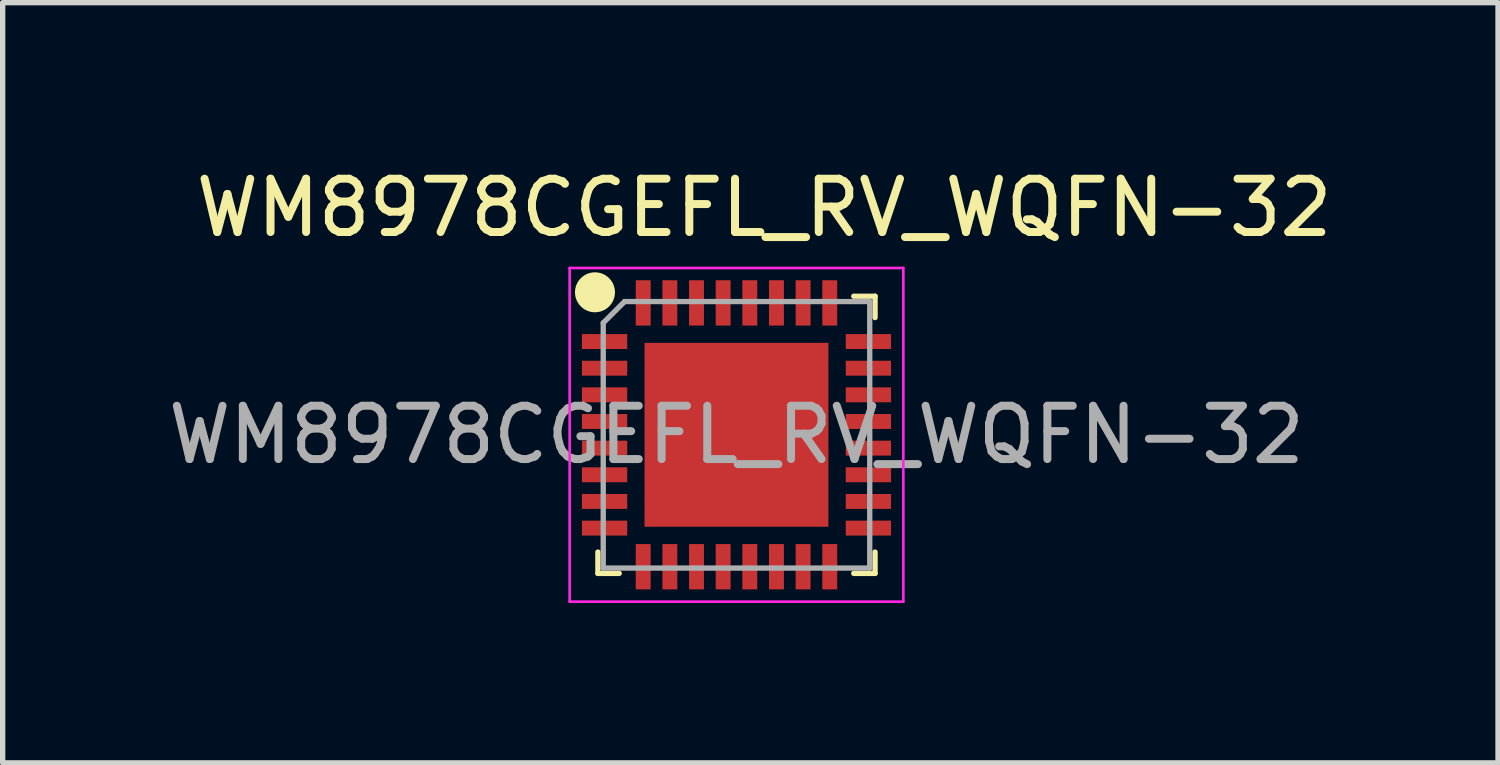
<source format=kicad_pcb>
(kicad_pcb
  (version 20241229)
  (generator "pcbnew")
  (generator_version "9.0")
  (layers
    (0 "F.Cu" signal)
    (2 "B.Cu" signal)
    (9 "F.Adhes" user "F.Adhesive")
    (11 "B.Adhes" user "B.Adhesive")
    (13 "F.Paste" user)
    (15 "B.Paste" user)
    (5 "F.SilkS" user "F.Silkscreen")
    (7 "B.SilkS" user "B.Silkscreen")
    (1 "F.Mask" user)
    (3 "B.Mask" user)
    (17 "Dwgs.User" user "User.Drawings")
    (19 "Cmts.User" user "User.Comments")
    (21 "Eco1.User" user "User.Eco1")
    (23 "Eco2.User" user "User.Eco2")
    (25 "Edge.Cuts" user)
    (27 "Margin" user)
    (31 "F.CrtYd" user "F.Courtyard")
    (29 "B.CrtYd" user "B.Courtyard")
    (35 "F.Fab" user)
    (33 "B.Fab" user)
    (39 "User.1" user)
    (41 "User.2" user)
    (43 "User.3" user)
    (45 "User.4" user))
  (footprint "WM8978CGEFL_RV_WQFN-32"
    (layer "F.Cu")
    (at 11.288 5.558)
    (property "Reference" "WM8978CGEFL_RV_WQFN-32" (at 0 -4.71 0) (layer "F.SilkS") (effects (font (size 1 1) (thickness 0.15))))
    (attr smd)
    (fp_line (start -3.12 2.15) (end -3.12 1.75) (stroke (width 0.1) (type solid)) (layer "F.SilkS"))
    (fp_line (start -2.72 2.15) (end -3.12 2.15) (stroke (width 0.1) (type solid)) (layer "F.SilkS"))
    (fp_line (start 2.08 -3.05) (end 1.68 -3.05) (stroke (width 0.1) (type solid)) (layer "F.SilkS"))
    (fp_line (start 2.08 -3.05) (end 2.08 -2.65) (stroke (width 0.1) (type solid)) (layer "F.SilkS"))
    (fp_line (start 2.08 1.75) (end 2.08 2.15) (stroke (width 0.1) (type solid)) (layer "F.SilkS"))
    (fp_line (start 2.08 2.15) (end 1.68 2.15) (stroke (width 0.1) (type solid)) (layer "F.SilkS"))
    (fp_circle (center -3.175 -3.124) (end -2.925 -3.124) (stroke (width 0.25) (type solid)) (fill yes) (layer "F.SilkS"))
    (fp_line (start -3.65 2.68) (end -3.65 -3.58) (stroke (width 0.05) (type solid)) (layer "F.CrtYd"))
    (fp_line (start 2.61 -3.58) (end -3.65 -3.58) (stroke (width 0.05) (type solid)) (layer "F.CrtYd"))
    (fp_line (start 2.61 -3.58) (end 2.61 2.68) (stroke (width 0.05) (type solid)) (layer "F.CrtYd"))
    (fp_line (start 2.61 2.68) (end -3.65 2.68) (stroke (width 0.05) (type solid)) (layer "F.CrtYd"))
    (fp_line (start -3.02 -2.55) (end -3.02 2.05) (stroke (width 0.1) (type solid)) (layer "F.Fab"))
    (fp_line (start -2.62 -2.95) (end -3.02 -2.55) (stroke (width 0.1) (type solid)) (layer "F.Fab"))
    (fp_line (start -2.62 -2.95) (end 1.98 -2.95) (stroke (width 0.1) (type solid)) (layer "F.Fab"))
    (fp_line (start 1.98 -2.95) (end 1.98 2.05) (stroke (width 0.1) (type solid)) (layer "F.Fab"))
    (fp_line (start 1.98 2.05) (end -3.02 2.05) (stroke (width 0.1) (type solid)) (layer "F.Fab"))
    (fp_text user "${REFERENCE}" (at -0.52 -0.45 0) (layer "F.Fab") (effects (font (size 1 1) (thickness 0.15))))
    (pad "1" smd rect (at -2.995 -2.2 270) (size 0.28 0.85) (layers "F.Cu" "F.Mask" "F.Paste"))
    (pad "2" smd rect (at -2.995 -1.7 270) (size 0.28 0.85) (layers "F.Cu" "F.Mask" "F.Paste"))
    (pad "3" smd rect (at -2.995 -1.2 270) (size 0.28 0.85) (layers "F.Cu" "F.Mask" "F.Paste"))
    (pad "4" smd rect (at -2.995 -0.7 270) (size 0.28 0.85) (layers "F.Cu" "F.Mask" "F.Paste"))
    (pad "5" smd rect (at -2.995 -0.2 270) (size 0.28 0.85) (layers "F.Cu" "F.Mask" "F.Paste"))
    (pad "6" smd rect (at -2.995 0.3 270) (size 0.28 0.85) (layers "F.Cu" "F.Mask" "F.Paste"))
    (pad "7" smd rect (at -2.995 0.8 270) (size 0.28 0.85) (layers "F.Cu" "F.Mask" "F.Paste"))
    (pad "8" smd rect (at -2.995 1.3 270) (size 0.28 0.85) (layers "F.Cu" "F.Mask" "F.Paste"))
    (pad "9" smd rect (at -2.27 2.025 270) (size 0.85 0.28) (layers "F.Cu" "F.Mask" "F.Paste"))
    (pad "10" smd rect (at -1.77 2.025 270) (size 0.85 0.28) (layers "F.Cu" "F.Mask" "F.Paste"))
    (pad "11" smd rect (at -1.27 2.025 270) (size 0.85 0.28) (layers "F.Cu" "F.Mask" "F.Paste"))
    (pad "12" smd rect (at -0.77 2.025 270) (size 0.85 0.28) (layers "F.Cu" "F.Mask" "F.Paste"))
    (pad "13" smd rect (at -0.27 2.025 270) (size 0.85 0.28) (layers "F.Cu" "F.Mask" "F.Paste"))
    (pad "14" smd rect (at 0.23 2.025 270) (size 0.85 0.28) (layers "F.Cu" "F.Mask" "F.Paste"))
    (pad "15" smd rect (at 0.73 2.025 270) (size 0.85 0.28) (layers "F.Cu" "F.Mask" "F.Paste"))
    (pad "16" smd rect (at 1.23 2.025 270) (size 0.85 0.28) (layers "F.Cu" "F.Mask" "F.Paste"))
    (pad "17" smd rect (at 1.955 1.3 270) (size 0.28 0.85) (layers "F.Cu" "F.Mask" "F.Paste"))
    (pad "18" smd rect (at 1.955 0.8 270) (size 0.28 0.85) (layers "F.Cu" "F.Mask" "F.Paste"))
    (pad "19" smd rect (at 1.955 0.3 270) (size 0.28 0.85) (layers "F.Cu" "F.Mask" "F.Paste"))
    (pad "20" smd rect (at 1.955 -0.2 270) (size 0.28 0.85) (layers "F.Cu" "F.Mask" "F.Paste"))
    (pad "21" smd rect (at 1.955 -0.7 270) (size 0.28 0.85) (layers "F.Cu" "F.Mask" "F.Paste"))
    (pad "22" smd rect (at 1.955 -1.2 270) (size 0.28 0.85) (layers "F.Cu" "F.Mask" "F.Paste"))
    (pad "23" smd rect (at 1.955 -1.7 270) (size 0.28 0.85) (layers "F.Cu" "F.Mask" "F.Paste"))
    (pad "24" smd rect (at 1.955 -2.2 270) (size 0.28 0.85) (layers "F.Cu" "F.Mask" "F.Paste"))
    (pad "25" smd rect (at 1.23 -2.925 270) (size 0.85 0.28) (layers "F.Cu" "F.Mask" "F.Paste"))
    (pad "26" smd rect (at 0.73 -2.925 270) (size 0.85 0.28) (layers "F.Cu" "F.Mask" "F.Paste"))
    (pad "27" smd rect (at 0.23 -2.925 270) (size 0.85 0.28) (layers "F.Cu" "F.Mask" "F.Paste"))
    (pad "28" smd rect (at -0.27 -2.925 270) (size 0.85 0.28) (layers "F.Cu" "F.Mask" "F.Paste"))
    (pad "29" smd rect (at -0.77 -2.925 270) (size 0.85 0.28) (layers "F.Cu" "F.Mask" "F.Paste"))
    (pad "30" smd rect (at -1.27 -2.925 270) (size 0.85 0.28) (layers "F.Cu" "F.Mask" "F.Paste"))
    (pad "31" smd rect (at -1.77 -2.925 270) (size 0.85 0.28) (layers "F.Cu" "F.Mask" "F.Paste"))
    (pad "32" smd rect (at -2.27 -2.925 270) (size 0.85 0.28) (layers "F.Cu" "F.Mask" "F.Paste"))
    (pad "33" smd rect (at -0.52 -0.45 270) (size 3.45 3.45) (layers "F.Cu" "F.Mask" "F.Paste")))
  (gr_rect
    (start -3 -3)
    (end 25.056 11.263)
    (stroke (width 0.1) (type default))
    (fill no)
    (layer "Edge.Cuts")))
</source>
